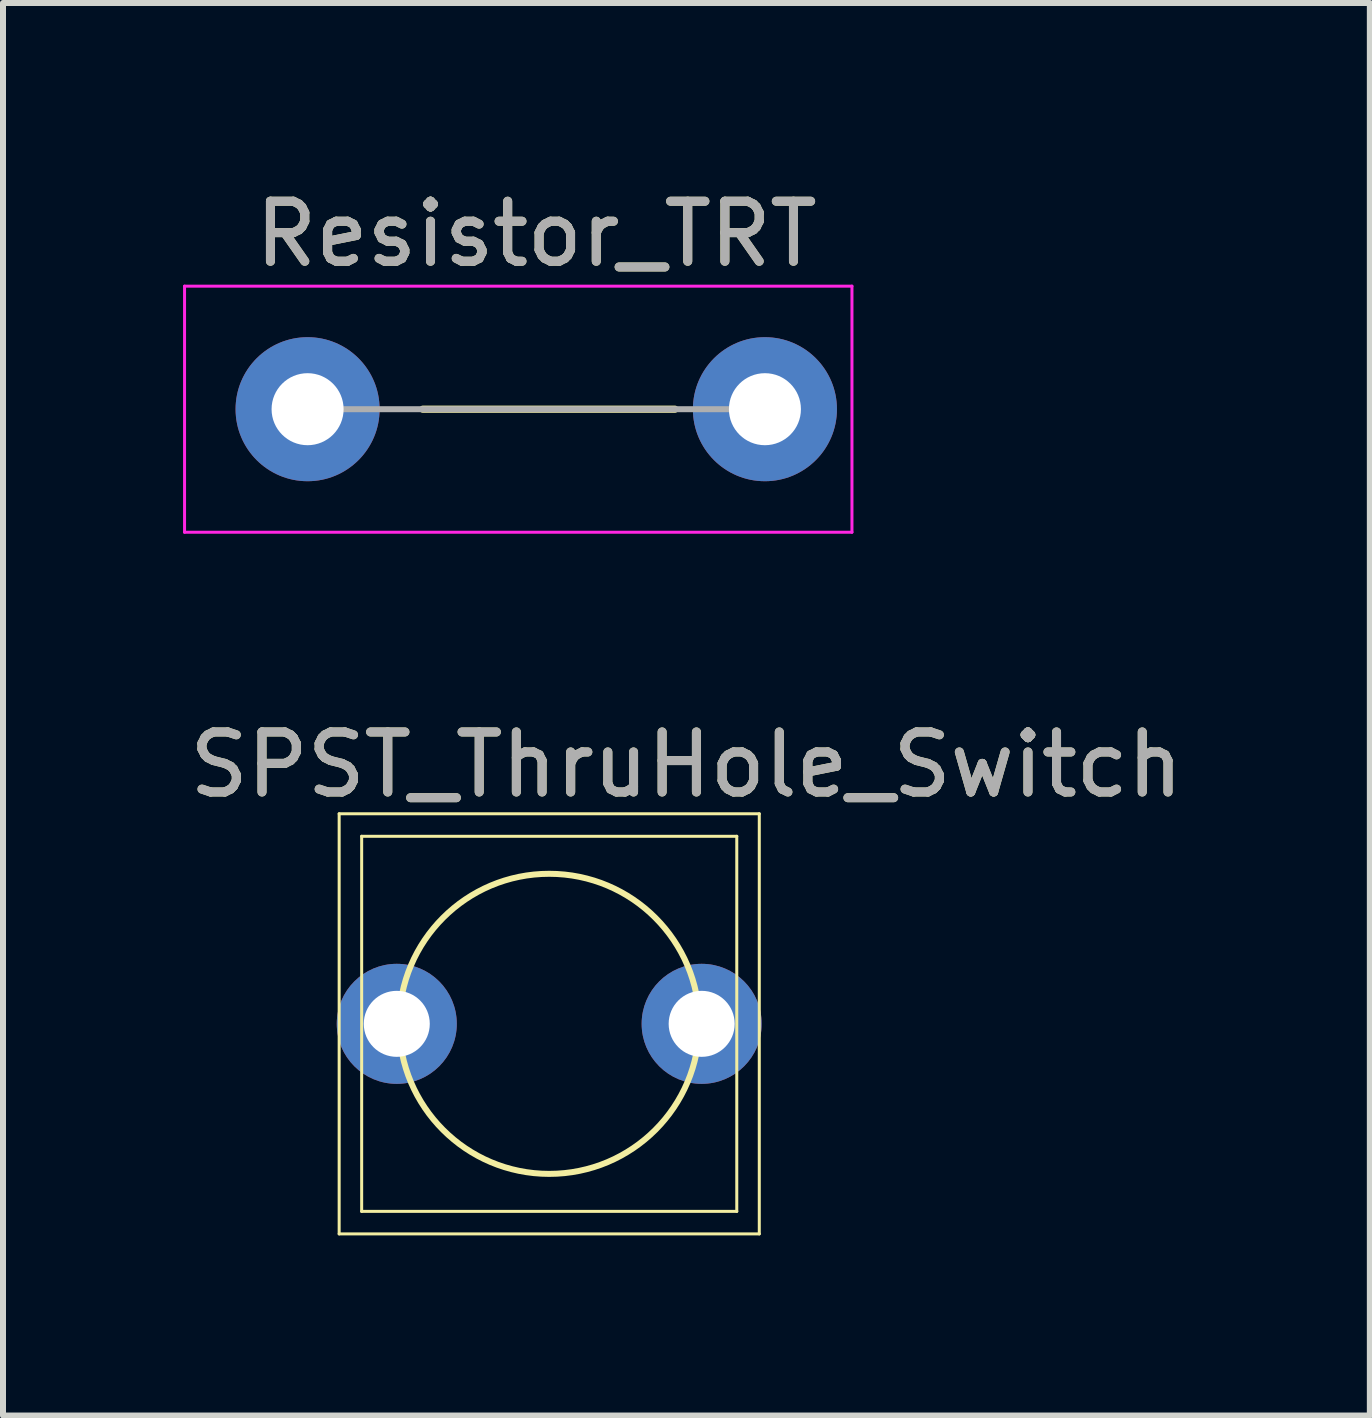
<source format=kicad_pcb>
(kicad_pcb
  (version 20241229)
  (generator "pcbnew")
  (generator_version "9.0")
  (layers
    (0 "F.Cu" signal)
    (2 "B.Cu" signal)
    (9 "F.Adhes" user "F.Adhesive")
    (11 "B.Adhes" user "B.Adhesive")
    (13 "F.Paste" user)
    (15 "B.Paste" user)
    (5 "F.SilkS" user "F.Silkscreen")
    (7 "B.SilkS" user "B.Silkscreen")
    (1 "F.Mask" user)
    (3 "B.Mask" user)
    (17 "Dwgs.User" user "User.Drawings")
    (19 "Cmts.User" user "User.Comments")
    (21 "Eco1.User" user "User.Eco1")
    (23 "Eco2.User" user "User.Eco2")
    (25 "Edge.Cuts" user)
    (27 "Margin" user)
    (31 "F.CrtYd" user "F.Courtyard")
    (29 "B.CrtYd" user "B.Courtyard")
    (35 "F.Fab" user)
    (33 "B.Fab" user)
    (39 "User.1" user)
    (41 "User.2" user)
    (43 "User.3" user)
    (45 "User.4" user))
  (footprint "SPST_ThruHole_Switch"
    (layer "F.Cu")
    (at 6.101 14.009)
    (property "Reference" "SPST_ThruHole_Switch" (at 2.286 -4.318 0) (layer "F.SilkS") (effects (font (size 1 1) (thickness 0.15))))
    (attr through_hole)
    (fp_line (start -3.5 -3.5) (end 3.5 -3.5) (stroke (width 0.05) (type solid)) (layer "F.SilkS"))
    (fp_line (start -3.5 3.5) (end -3.5 -3.5) (stroke (width 0.05) (type solid)) (layer "F.SilkS"))
    (fp_line (start -3.5 3.5) (end 3.5 3.5) (stroke (width 0.05) (type solid)) (layer "F.SilkS"))
    (fp_line (start -3.125 -3.125) (end -3.125 3.125) (stroke (width 0.05) (type solid)) (layer "F.SilkS"))
    (fp_line (start -3.125 -3.125) (end 3.125 -3.125) (stroke (width 0.05) (type solid)) (layer "F.SilkS"))
    (fp_line (start -3.125 3.125) (end 3.125 3.125) (stroke (width 0.05) (type solid)) (layer "F.SilkS"))
    (fp_line (start 3.125 -3.125) (end 3.125 3.125) (stroke (width 0.05) (type solid)) (layer "F.SilkS"))
    (fp_line (start 3.5 3.5) (end 3.5 -3.5) (stroke (width 0.05) (type solid)) (layer "F.SilkS"))
    (fp_circle (center 0 0) (end 2.5 0) (stroke (width 0.1) (type solid)) (fill no) (layer "F.SilkS"))
    (fp_text user "${REFERENCE}" (at 2.286 -4.318 0) (layer "F.Fab") (effects (font (size 1 1) (thickness 0.15))))
    (pad "1" thru_hole circle (at -2.54 0 90) (size 2 2) (drill 1.1) (layers "*.Cu" "*.Mask"))
    (pad "2" thru_hole circle (at 2.54 0 90) (size 2 2) (drill 1.1) (layers "*.Cu" "*.Mask")))
  (footprint "Resistor_TRT"
    (layer "F.Cu")
    (at 2.075 3.768)
    (property "Reference" "Resistor_TRT" (at 3.81 -2.92 0) (layer "F.SilkS") (effects (font (size 1 1) (thickness 0.15))))
    (attr through_hole)
    (fp_line (start 1.92 0) (end 6.12 0) (stroke (width 0.12) (type solid)) (layer "F.SilkS"))
    (fp_line (start -2.05 -2.05) (end -2.05 2.05) (stroke (width 0.05) (type solid)) (layer "F.CrtYd"))
    (fp_line (start -2.05 2.05) (end 9.07 2.05) (stroke (width 0.05) (type solid)) (layer "F.CrtYd"))
    (fp_line (start 9.07 -2.05) (end -2.05 -2.05) (stroke (width 0.05) (type solid)) (layer "F.CrtYd"))
    (fp_line (start 9.07 2.05) (end 9.07 -2.05) (stroke (width 0.05) (type solid)) (layer "F.CrtYd"))
    (fp_line (start 0 0) (end 7.62 0) (stroke (width 0.1) (type solid)) (layer "F.Fab"))
    (fp_text user "${REFERENCE}" (at 3.81 -2.92 0) (layer "F.Fab") (effects (font (size 1 1) (thickness 0.15))))
    (pad "1" thru_hole circle (at 0 0) (size 2.4 2.4) (drill 1.2) (layers "*.Cu" "*.Mask"))
    (pad "2" thru_hole oval (at 7.62 0) (size 2.4 2.4) (drill 1.2) (layers "*.Cu" "*.Mask")))
  (gr_rect
    (start -3 -3)
    (end 19.774 20.535)
    (stroke (width 0.1) (type default))
    (fill no)
    (layer "Edge.Cuts")))
</source>
